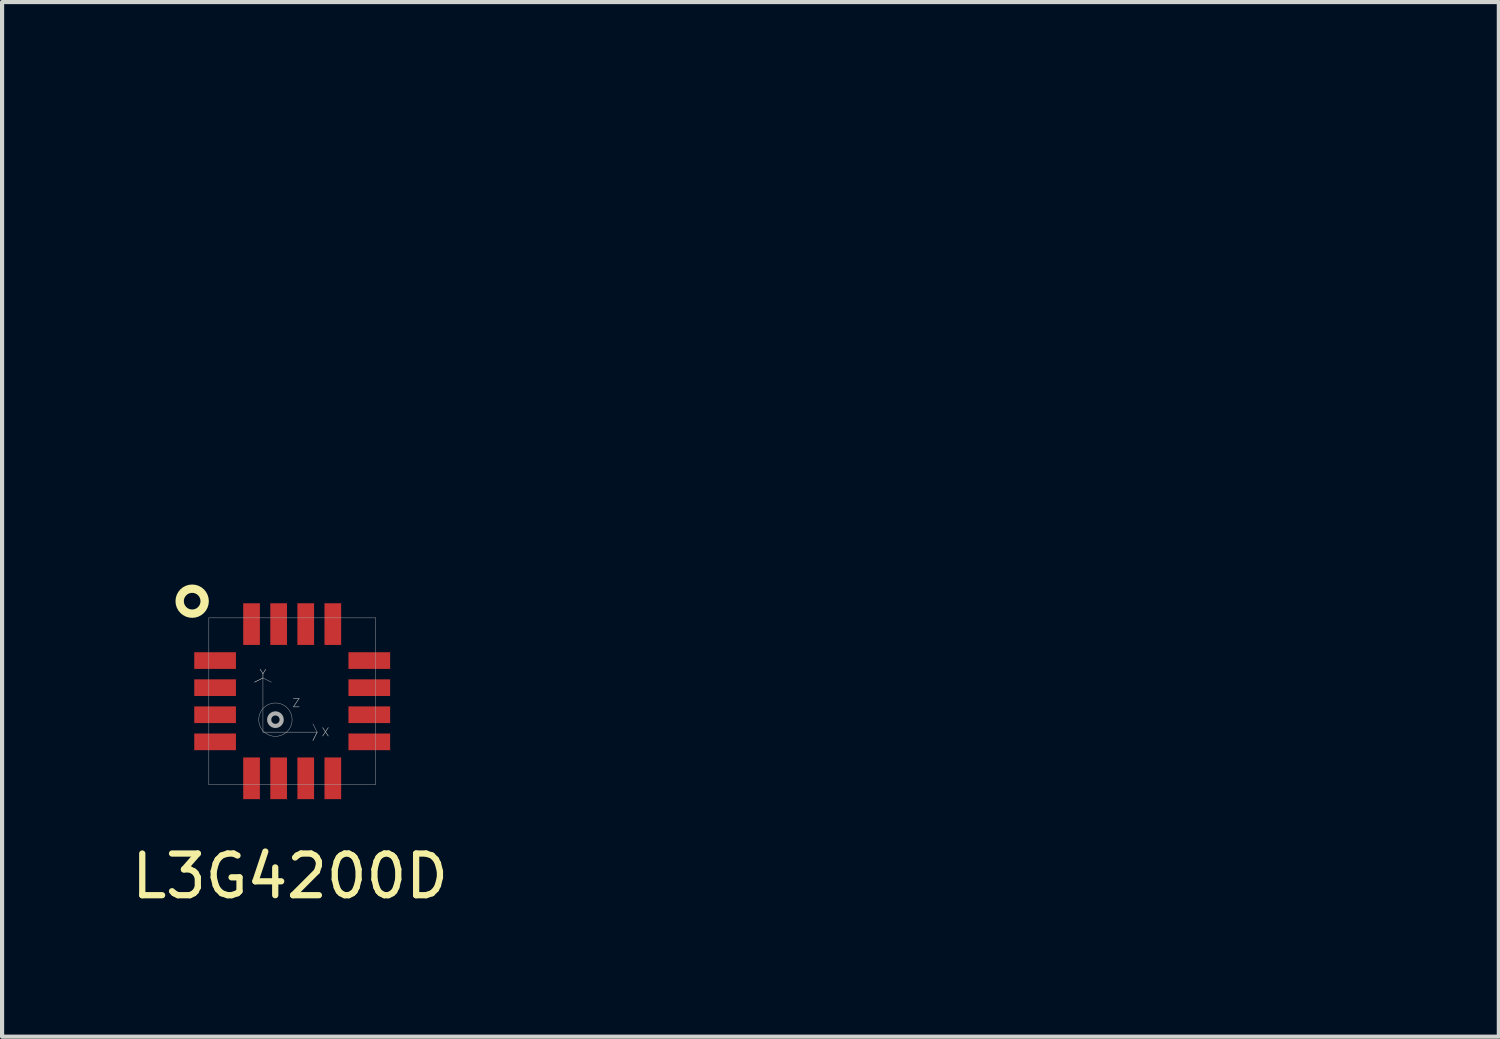
<source format=kicad_pcb>
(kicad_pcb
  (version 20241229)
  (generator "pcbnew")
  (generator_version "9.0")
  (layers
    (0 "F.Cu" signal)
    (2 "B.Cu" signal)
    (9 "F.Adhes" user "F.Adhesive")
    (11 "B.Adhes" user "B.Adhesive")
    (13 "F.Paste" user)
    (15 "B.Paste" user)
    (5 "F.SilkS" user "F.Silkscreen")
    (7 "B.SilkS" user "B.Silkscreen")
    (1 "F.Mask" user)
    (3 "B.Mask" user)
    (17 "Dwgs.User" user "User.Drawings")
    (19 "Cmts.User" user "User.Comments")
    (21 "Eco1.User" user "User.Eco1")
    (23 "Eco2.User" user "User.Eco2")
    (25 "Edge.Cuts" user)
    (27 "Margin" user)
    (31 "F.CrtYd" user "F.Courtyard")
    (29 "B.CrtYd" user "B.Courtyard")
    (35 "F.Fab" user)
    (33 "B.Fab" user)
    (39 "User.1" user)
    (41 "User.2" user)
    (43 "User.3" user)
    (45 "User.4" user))
  (footprint "L3G4200D"
    (layer "F.Cu")
    (at 3.961 13.775)
    (property "Reference" "L3G4200D" (at -0.05 4.2 0) (layer "F.SilkS") (effects (font (size 1 1) (thickness 0.15))))
    (attr through_hole)
    (fp_circle (center -2.4 -2.4) (end -2.1 -2.4) (stroke (width 0.2) (type solid)) (fill no) (layer "F.SilkS"))
    (fp_line (start -2 -2) (end -2 2) (stroke (width 0.01) (type solid)) (layer "F.Fab"))
    (fp_line (start -2 2) (end 2 2) (stroke (width 0.01) (type solid)) (layer "F.Fab"))
    (fp_line (start -0.902 -0.457) (end -0.702 -0.557) (stroke (width 0.01) (type solid)) (layer "F.Fab"))
    (fp_line (start -0.702 -0.557) (end -0.902 -0.457) (stroke (width 0.01) (type solid)) (layer "F.Fab"))
    (fp_line (start -0.702 -0.557) (end -0.502 -0.457) (stroke (width 0.01) (type solid)) (layer "F.Fab"))
    (fp_line (start -0.702 0.743) (end -0.702 -0.557) (stroke (width 0.01) (type solid)) (layer "F.Fab"))
    (fp_line (start -0.702 0.743) (end 0.598 0.743) (stroke (width 0.01) (type solid)) (layer "F.Fab"))
    (fp_line (start 0.498 0.943) (end 0.598 0.743) (stroke (width 0.01) (type solid)) (layer "F.Fab"))
    (fp_line (start 0.598 0.743) (end 0.498 0.543) (stroke (width 0.01) (type solid)) (layer "F.Fab"))
    (fp_line (start 0.598 0.743) (end 0.498 0.943) (stroke (width 0.01) (type solid)) (layer "F.Fab"))
    (fp_line (start 2 -2) (end -2 -2) (stroke (width 0.01) (type solid)) (layer "F.Fab"))
    (fp_line (start 2 2) (end 2 -2) (stroke (width 0.01) (type solid)) (layer "F.Fab"))
    (fp_circle (center -0.402 0.443) (end -0.402 0.043) (stroke (width 0.01) (type solid)) (fill no) (layer "F.Fab"))
    (fp_circle (center -0.402 0.443) (end -0.402 0.293) (stroke (width 0.1) (type solid)) (fill no) (layer "F.Fab"))
    (fp_text user "Y" (at -0.702 -0.657 180) (layer "F.Fab") (effects (font (size 0.2 0.2) (thickness 0.015))))
    (fp_text user "X" (at 0.798 0.743 180) (layer "F.Fab") (effects (font (size 0.2 0.2) (thickness 0.015))))
    (fp_text user "Z" (at 0.098 0.043 180) (layer "F.Fab") (effects (font (size 0.2 0.2) (thickness 0.015))))
    (pad "1" smd rect (at -1.85 -0.975) (size 1 0.4) (layers "F.Cu" "F.Mask" "F.Paste"))
    (pad "2" smd rect (at -1.85 -0.325) (size 1 0.4) (layers "F.Cu" "F.Mask" "F.Paste"))
    (pad "3" smd rect (at -1.85 0.325 180) (size 1 0.4) (layers "F.Cu" "F.Mask" "F.Paste"))
    (pad "4" smd rect (at -1.85 0.975) (size 1 0.4) (layers "F.Cu" "F.Mask" "F.Paste"))
    (pad "5" smd rect (at -0.975 1.85 90) (size 1 0.4) (layers "F.Cu" "F.Mask" "F.Paste"))
    (pad "6" smd rect (at -0.325 1.85 90) (size 1 0.4) (layers "F.Cu" "F.Mask" "F.Paste"))
    (pad "7" smd rect (at 0.325 1.85 270) (size 1 0.4) (layers "F.Cu" "F.Mask" "F.Paste"))
    (pad "8" smd rect (at 0.975 1.85 270) (size 1 0.4) (layers "F.Cu" "F.Mask" "F.Paste"))
    (pad "9" smd rect (at 1.85 0.975 180) (size 1 0.4) (layers "F.Cu" "F.Mask" "F.Paste"))
    (pad "10" smd rect (at 1.85 0.325 180) (size 1 0.4) (layers "F.Cu" "F.Mask" "F.Paste"))
    (pad "11" smd rect (at 1.85 -0.325) (size 1 0.4) (layers "F.Cu" "F.Mask" "F.Paste"))
    (pad "12" smd rect (at 1.85 -0.975 180) (size 1 0.4) (layers "F.Cu" "F.Mask" "F.Paste"))
    (pad "13" smd rect (at 0.975 -1.85 270) (size 1 0.4) (layers "F.Cu" "F.Mask" "F.Paste"))
    (pad "14" smd rect (at 0.325 -1.85 270) (size 1 0.4) (layers "F.Cu" "F.Mask" "F.Paste"))
    (pad "15" smd rect (at -0.325 -1.85 90) (size 1 0.4) (layers "F.Cu" "F.Mask" "F.Paste"))
    (pad "16" smd rect (at -0.975 -1.85 90) (size 1 0.4) (layers "F.Cu" "F.Mask" "F.Paste")))
  (footprint "KWAN_CIRCLE_soldermask"
    (layer "F.Cu")
    (at 18.64 4.161)
    (property "Reference" "KWAN_CIRCLE_soldermask" (at -3.683 -2.743 0) (layer "F.Mask") (effects (font (size 1.524 1.524) (thickness 0.3))))
    (attr through_hole)
    (fp_poly (pts (xy -2.329 -3.008) (xy -2.333 -2.986) (xy -2.34 -2.951) (xy -2.349 -2.903) (xy -2.362 -2.842) (xy -2.376 -2.77) (xy -2.393 -2.687) (xy -2.412 -2.593) (xy -2.432 -2.491) (xy -2.455 -2.379) (xy -2.479 -2.259) (xy -2.505 -2.132) (xy -2.532 -1.998) (xy -2.561 -1.858) (xy -2.59 -1.712) (xy -2.621 -1.561) (xy -2.652 -1.407) (xy -2.685 -1.249) (xy -2.718 -1.088) (xy -2.751 -0.925) (xy -2.784 -0.761) (xy -2.818 -0.596) (xy -2.852 -0.431) (xy -2.885 -0.266) (xy -2.919 -0.103) (xy -2.952 0.058) (xy -2.984 0.217) (xy -3.016 0.372) (xy -3.047 0.524) (xy -3.077 0.67) (xy -3.106 0.812) (xy -3.134 0.947) (xy -3.16 1.075) (xy -3.185 1.196) (xy -3.209 1.31) (xy -3.23 1.414) (xy -3.25 1.509) (xy -3.268 1.594) (xy -3.283 1.668) (xy -3.296 1.731) (xy -3.307 1.781) (xy -3.315 1.819) (xy -3.32 1.844) (xy -3.323 1.854) (xy -3.323 1.854) (xy -3.329 1.852) (xy -3.34 1.839) (xy -3.347 1.828) (xy -3.374 1.78) (xy -3.403 1.722) (xy -3.436 1.655) (xy -3.469 1.584) (xy -3.501 1.511) (xy -3.532 1.439) (xy -3.559 1.373) (xy -3.566 1.353) (xy -3.641 1.138) (xy -3.702 0.923) (xy -3.748 0.706) (xy -3.782 0.486) (xy -3.802 0.26) (xy -3.81 0.028) (xy -3.81 0) (xy -3.808 -0.142) (xy -3.803 -0.274) (xy -3.793 -0.399) (xy -3.779 -0.522) (xy -3.759 -0.645) (xy -3.738 -0.758) (xy -3.693 -0.957) (xy -3.638 -1.147) (xy -3.574 -1.333) (xy -3.498 -1.518) (xy -3.422 -1.68) (xy -3.327 -1.862) (xy -3.227 -2.032) (xy -3.121 -2.193) (xy -3.005 -2.348) (xy -2.879 -2.499) (xy -2.74 -2.648) (xy -2.687 -2.702) (xy -2.646 -2.742) (xy -2.602 -2.784) (xy -2.557 -2.826) (xy -2.512 -2.866) (xy -2.469 -2.905) (xy -2.429 -2.939) (xy -2.394 -2.969) (xy -2.365 -2.993) (xy -2.343 -3.009) (xy -2.33 -3.016) (xy -2.328 -3.016) (xy -2.329 -3.008)) (stroke (width 0.01) (type solid)) (fill yes) (layer "F.Mask"))
    (fp_poly (pts (xy 3.243 -2.004) (xy 3.255 -1.987) (xy 3.271 -1.961) (xy 3.291 -1.927) (xy 3.313 -1.888) (xy 3.337 -1.845) (xy 3.361 -1.801) (xy 3.384 -1.757) (xy 3.406 -1.717) (xy 3.418 -1.692) (xy 3.517 -1.477) (xy 3.602 -1.256) (xy 3.673 -1.029) (xy 3.73 -0.795) (xy 3.774 -0.554) (xy 3.792 -0.419) (xy 3.796 -0.371) (xy 3.8 -0.311) (xy 3.804 -0.241) (xy 3.806 -0.165) (xy 3.808 -0.085) (xy 3.809 -0.005) (xy 3.809 0.074) (xy 3.808 0.148) (xy 3.807 0.214) (xy 3.804 0.269) (xy 3.803 0.282) (xy 3.777 0.524) (xy 3.737 0.762) (xy 3.682 0.995) (xy 3.613 1.224) (xy 3.529 1.447) (xy 3.432 1.664) (xy 3.32 1.876) (xy 3.195 2.081) (xy 3.056 2.279) (xy 2.918 2.454) (xy 2.892 2.484) (xy 2.862 2.519) (xy 2.828 2.556) (xy 2.792 2.595) (xy 2.756 2.633) (xy 2.721 2.67) (xy 2.689 2.703) (xy 2.661 2.731) (xy 2.64 2.751) (xy 2.626 2.764) (xy 2.621 2.766) (xy 2.616 2.76) (xy 2.604 2.742) (xy 2.589 2.716) (xy 2.57 2.682) (xy 2.554 2.654) (xy 2.54 2.626) (xy 2.519 2.587) (xy 2.492 2.538) (xy 2.46 2.478) (xy 2.423 2.409) (xy 2.381 2.332) (xy 2.336 2.247) (xy 2.286 2.155) (xy 2.234 2.057) (xy 2.178 1.954) (xy 2.121 1.846) (xy 2.061 1.735) (xy 2 1.621) (xy 1.937 1.504) (xy 1.874 1.386) (xy 1.81 1.267) (xy 1.747 1.149) (xy 1.684 1.032) (xy 1.622 0.916) (xy 1.561 0.803) (xy 1.502 0.693) (xy 1.445 0.587) (xy 1.391 0.485) (xy 1.34 0.39) (xy 1.292 0.301) (xy 1.248 0.219) (xy 1.208 0.145) (xy 1.173 0.08) (xy 1.144 0.024) (xy 1.119 -0.022) (xy 1.101 -0.056) (xy 1.089 -0.079) (xy 1.083 -0.089) (xy 1.083 -0.089) (xy 1.067 -0.121) (xy 2.15 -1.065) (xy 2.261 -1.161) (xy 2.368 -1.255) (xy 2.472 -1.345) (xy 2.572 -1.432) (xy 2.667 -1.515) (xy 2.757 -1.593) (xy 2.841 -1.666) (xy 2.918 -1.733) (xy 2.989 -1.794) (xy 3.052 -1.849) (xy 3.106 -1.896) (xy 3.152 -1.936) (xy 3.189 -1.968) (xy 3.216 -1.991) (xy 3.232 -2.005) (xy 3.238 -2.01) (xy 3.243 -2.004)) (stroke (width 0.01) (type solid)) (fill yes) (layer "F.Mask"))
    (fp_poly (pts (xy -0.121 0.96) (xy -0.111 0.977) (xy -0.095 1.006) (xy -0.073 1.047) (xy -0.046 1.1) (xy -0.012 1.165) (xy 0.028 1.243) (xy 0.073 1.333) (xy 0.126 1.436) (xy 0.184 1.552) (xy 0.249 1.68) (xy 0.32 1.822) (xy 0.398 1.977) (xy 0.482 2.146) (xy 0.548 2.278) (xy 0.615 2.411) (xy 0.68 2.541) (xy 0.743 2.667) (xy 0.803 2.788) (xy 0.86 2.903) (xy 0.915 3.011) (xy 0.965 3.113) (xy 1.012 3.208) (xy 1.055 3.294) (xy 1.093 3.371) (xy 1.127 3.439) (xy 1.155 3.496) (xy 1.179 3.543) (xy 1.196 3.578) (xy 1.207 3.601) (xy 1.212 3.611) (xy 1.212 3.611) (xy 1.211 3.614) (xy 1.206 3.617) (xy 1.197 3.621) (xy 1.18 3.627) (xy 1.155 3.635) (xy 1.12 3.645) (xy 1.072 3.659) (xy 1.052 3.666) (xy 0.846 3.719) (xy 0.635 3.76) (xy 0.416 3.791) (xy 0.328 3.799) (xy 0.27 3.803) (xy 0.201 3.806) (xy 0.123 3.808) (xy 0.041 3.809) (xy -0.044 3.809) (xy -0.127 3.808) (xy -0.205 3.806) (xy -0.274 3.803) (xy -0.333 3.799) (xy -0.339 3.799) (xy -0.58 3.77) (xy -0.816 3.726) (xy -1.048 3.667) (xy -1.275 3.594) (xy -1.499 3.506) (xy -1.66 3.433) (xy -1.703 3.412) (xy -1.748 3.389) (xy -1.794 3.365) (xy -1.837 3.343) (xy -1.875 3.322) (xy -1.907 3.305) (xy -1.928 3.292) (xy -1.934 3.288) (xy -1.934 3.28) (xy -1.931 3.259) (xy -1.927 3.225) (xy -1.921 3.181) (xy -1.914 3.128) (xy -1.905 3.068) (xy -1.896 3.001) (xy -1.886 2.929) (xy -1.875 2.855) (xy -1.864 2.779) (xy -1.853 2.702) (xy -1.842 2.627) (xy -1.831 2.555) (xy -1.821 2.487) (xy -1.812 2.425) (xy -1.804 2.371) (xy -1.797 2.325) (xy -1.791 2.289) (xy -1.787 2.266) (xy -1.785 2.255) (xy -1.785 2.255) (xy -1.776 2.248) (xy -1.757 2.232) (xy -1.727 2.209) (xy -1.688 2.178) (xy -1.641 2.141) (xy -1.586 2.097) (xy -1.524 2.049) (xy -1.456 1.995) (xy -1.382 1.938) (xy -1.305 1.877) (xy -1.224 1.814) (xy -1.14 1.748) (xy -1.055 1.681) (xy -0.969 1.614) (xy -0.882 1.546) (xy -0.796 1.479) (xy -0.712 1.413) (xy -0.63 1.349) (xy -0.552 1.287) (xy -0.477 1.229) (xy -0.407 1.174) (xy -0.343 1.124) (xy -0.286 1.08) (xy -0.236 1.041) (xy -0.194 1.008) (xy -0.161 0.983) (xy -0.139 0.965) (xy -0.127 0.956) (xy -0.125 0.955) (xy -0.121 0.96)) (stroke (width 0.01) (type solid)) (fill yes) (layer "F.Mask"))
    (fp_poly (pts (xy 0.134 -3.81) (xy 0.227 -3.807) (xy 0.301 -3.802) (xy 0.545 -3.774) (xy 0.785 -3.732) (xy 1.018 -3.675) (xy 1.247 -3.604) (xy 1.47 -3.519) (xy 1.688 -3.42) (xy 1.901 -3.306) (xy 2.108 -3.178) (xy 2.116 -3.173) (xy 2.152 -3.148) (xy 2.184 -3.126) (xy 2.21 -3.108) (xy 2.226 -3.096) (xy 2.232 -3.091) (xy 2.23 -3.087) (xy 2.222 -3.077) (xy 2.207 -3.061) (xy 2.185 -3.039) (xy 2.155 -3.01) (xy 2.118 -2.974) (xy 2.073 -2.93) (xy 2.02 -2.878) (xy 1.958 -2.819) (xy 1.886 -2.751) (xy 1.806 -2.675) (xy 1.715 -2.589) (xy 1.615 -2.494) (xy 1.504 -2.39) (xy 1.382 -2.275) (xy 1.366 -2.259) (xy 0.492 -1.437) (xy 0.722 -1.434) (xy 0.78 -1.434) (xy 0.832 -1.433) (xy 0.877 -1.432) (xy 0.913 -1.43) (xy 0.939 -1.429) (xy 0.951 -1.427) (xy 0.952 -1.427) (xy 0.946 -1.422) (xy 0.928 -1.41) (xy 0.899 -1.389) (xy 0.86 -1.362) (xy 0.811 -1.328) (xy 0.753 -1.289) (xy 0.688 -1.243) (xy 0.615 -1.193) (xy 0.536 -1.139) (xy 0.451 -1.081) (xy 0.362 -1.019) (xy 0.268 -0.955) (xy 0.171 -0.888) (xy 0.071 -0.819) (xy -0.031 -0.75) (xy -0.133 -0.679) (xy -0.236 -0.609) (xy -0.338 -0.539) (xy -0.439 -0.47) (xy -0.539 -0.402) (xy -0.635 -0.336) (xy -0.727 -0.273) (xy -0.816 -0.212) (xy -0.899 -0.155) (xy -0.976 -0.103) (xy -1.047 -0.054) (xy -1.11 -0.011) (xy -1.165 0.026) (xy -1.211 0.057) (xy -1.247 0.082) (xy -1.273 0.099) (xy -1.288 0.109) (xy -1.288 0.109) (xy -1.303 0.117) (xy -1.311 0.118) (xy -1.311 0.117) (xy -1.308 0.109) (xy -1.299 0.089) (xy -1.284 0.056) (xy -1.264 0.012) (xy -1.239 -0.042) (xy -1.21 -0.105) (xy -1.177 -0.177) (xy -1.141 -0.257) (xy -1.101 -0.343) (xy -1.059 -0.435) (xy -1.014 -0.532) (xy -0.967 -0.633) (xy -0.957 -0.655) (xy -0.604 -1.421) (xy -0.901 -1.423) (xy -0.979 -1.424) (xy -1.043 -1.425) (xy -1.094 -1.426) (xy -1.133 -1.427) (xy -1.162 -1.428) (xy -1.181 -1.43) (xy -1.191 -1.432) (xy -1.195 -1.434) (xy -1.194 -1.435) (xy -1.192 -1.443) (xy -1.186 -1.465) (xy -1.175 -1.5) (xy -1.162 -1.548) (xy -1.145 -1.607) (xy -1.125 -1.677) (xy -1.102 -1.756) (xy -1.077 -1.845) (xy -1.049 -1.942) (xy -1.019 -2.047) (xy -0.987 -2.159) (xy -0.953 -2.276) (xy -0.918 -2.399) (xy -0.882 -2.526) (xy -0.858 -2.611) (xy -0.524 -3.778) (xy -0.481 -3.783) (xy -0.389 -3.793) (xy -0.288 -3.8) (xy -0.182 -3.806) (xy -0.074 -3.81) (xy 0.033 -3.811) (xy 0.134 -3.81)) (stroke (width 0.01) (type solid)) (fill yes) (layer "F.Mask")))
  (gr_rect
    (start -3 -3)
    (end 32.914 21.824)
    (stroke (width 0.1) (type default))
    (fill no)
    (layer "Edge.Cuts")))
</source>
